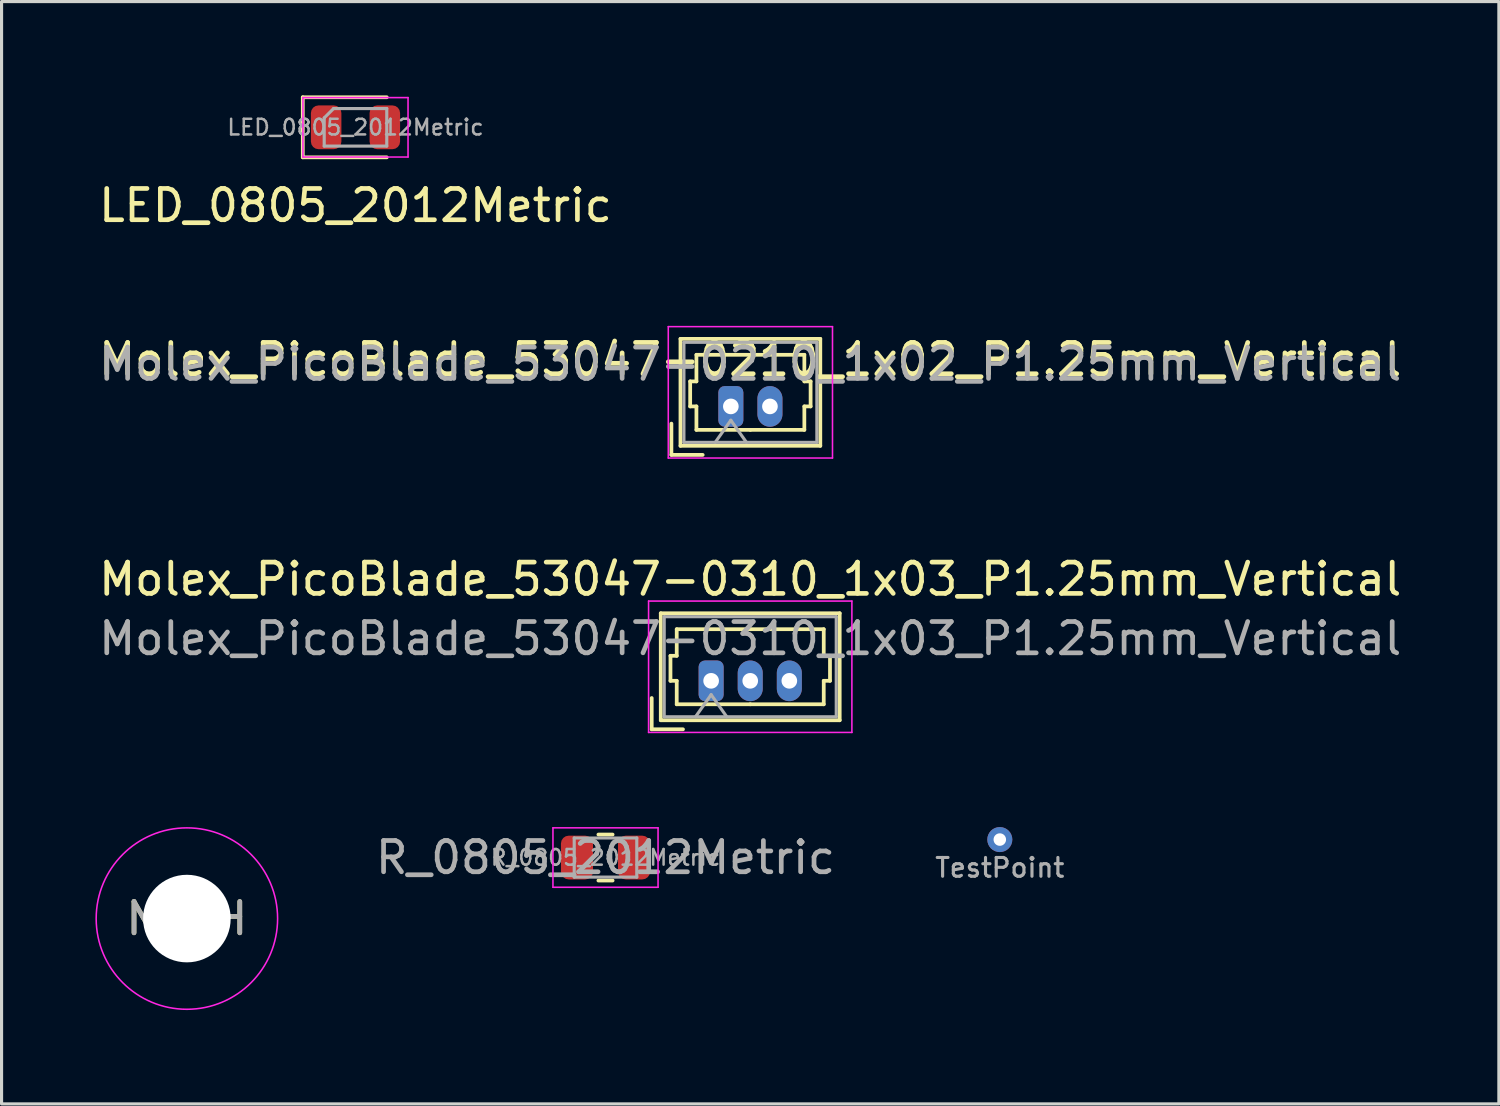
<source format=kicad_pcb>
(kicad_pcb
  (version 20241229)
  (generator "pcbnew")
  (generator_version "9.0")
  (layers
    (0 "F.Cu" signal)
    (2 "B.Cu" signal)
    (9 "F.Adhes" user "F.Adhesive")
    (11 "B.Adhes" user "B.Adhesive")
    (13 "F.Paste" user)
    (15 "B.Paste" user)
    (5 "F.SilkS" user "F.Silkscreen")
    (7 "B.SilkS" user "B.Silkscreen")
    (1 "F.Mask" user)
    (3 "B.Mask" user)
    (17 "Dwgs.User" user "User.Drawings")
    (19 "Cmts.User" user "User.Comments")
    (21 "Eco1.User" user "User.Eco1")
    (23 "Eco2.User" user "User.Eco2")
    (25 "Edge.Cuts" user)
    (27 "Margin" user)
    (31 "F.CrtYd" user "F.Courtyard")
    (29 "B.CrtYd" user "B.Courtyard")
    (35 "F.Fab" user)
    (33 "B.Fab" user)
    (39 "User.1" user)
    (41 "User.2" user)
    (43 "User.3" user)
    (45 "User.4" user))
  (footprint "Molex_PicoBlade_53047-0310_1x03_P1.25mm_Vertical"
    (layer "F.Cu")
    (at 19.685 18.716)
    (property "Reference" "Molex_PicoBlade_53047-0310_1x03_P1.25mm_Vertical" (at 1.25 -3.25 0) (layer "F.SilkS") (effects (font (size 1 1) (thickness 0.15))))
    (attr through_hole)
    (fp_line (start -1.9 1.55) (end -1.9 0.55) (stroke (width 0.12) (type solid)) (layer "F.SilkS"))
    (fp_line (start -1.9 1.55) (end -0.9 1.55) (stroke (width 0.12) (type solid)) (layer "F.SilkS"))
    (fp_line (start -1.61 -2.16) (end -1.61 1.26) (stroke (width 0.12) (type solid)) (layer "F.SilkS"))
    (fp_line (start -1.61 1.26) (end 4.11 1.26) (stroke (width 0.12) (type solid)) (layer "F.SilkS"))
    (fp_line (start -1.3 -0.8) (end -1.1 -0.8) (stroke (width 0.12) (type solid)) (layer "F.SilkS"))
    (fp_line (start -1.3 0) (end -1.3 -0.8) (stroke (width 0.12) (type solid)) (layer "F.SilkS"))
    (fp_line (start -1.1 -1.65) (end 1.25 -1.65) (stroke (width 0.12) (type solid)) (layer "F.SilkS"))
    (fp_line (start -1.1 -0.8) (end -1.1 -1.65) (stroke (width 0.12) (type solid)) (layer "F.SilkS"))
    (fp_line (start -1.1 0) (end -1.3 0) (stroke (width 0.12) (type solid)) (layer "F.SilkS"))
    (fp_line (start -1.1 0.75) (end -1.1 0) (stroke (width 0.12) (type solid)) (layer "F.SilkS"))
    (fp_line (start 1.25 0.75) (end -1.1 0.75) (stroke (width 0.12) (type solid)) (layer "F.SilkS"))
    (fp_line (start 1.25 0.75) (end 3.6 0.75) (stroke (width 0.12) (type solid)) (layer "F.SilkS"))
    (fp_line (start 3.6 -1.65) (end 1.25 -1.65) (stroke (width 0.12) (type solid)) (layer "F.SilkS"))
    (fp_line (start 3.6 -0.8) (end 3.6 -1.65) (stroke (width 0.12) (type solid)) (layer "F.SilkS"))
    (fp_line (start 3.6 0) (end 3.8 0) (stroke (width 0.12) (type solid)) (layer "F.SilkS"))
    (fp_line (start 3.6 0.75) (end 3.6 0) (stroke (width 0.12) (type solid)) (layer "F.SilkS"))
    (fp_line (start 3.8 -0.8) (end 3.6 -0.8) (stroke (width 0.12) (type solid)) (layer "F.SilkS"))
    (fp_line (start 3.8 0) (end 3.8 -0.8) (stroke (width 0.12) (type solid)) (layer "F.SilkS"))
    (fp_line (start 4.11 -2.16) (end -1.61 -2.16) (stroke (width 0.12) (type solid)) (layer "F.SilkS"))
    (fp_line (start 4.11 1.26) (end 4.11 -2.16) (stroke (width 0.12) (type solid)) (layer "F.SilkS"))
    (fp_line (start -2 -2.55) (end -2 1.65) (stroke (width 0.05) (type solid)) (layer "F.CrtYd"))
    (fp_line (start -2 1.65) (end 4.5 1.65) (stroke (width 0.05) (type solid)) (layer "F.CrtYd"))
    (fp_line (start 4.5 -2.55) (end -2 -2.55) (stroke (width 0.05) (type solid)) (layer "F.CrtYd"))
    (fp_line (start 4.5 1.65) (end 4.5 -2.55) (stroke (width 0.05) (type solid)) (layer "F.CrtYd"))
    (fp_line (start -1.5 -2.05) (end -1.5 1.15) (stroke (width 0.1) (type solid)) (layer "F.Fab"))
    (fp_line (start -1.5 1.15) (end 4 1.15) (stroke (width 0.1) (type solid)) (layer "F.Fab"))
    (fp_line (start -0.5 1.15) (end 0 0.443) (stroke (width 0.1) (type solid)) (layer "F.Fab"))
    (fp_line (start 0 0.443) (end 0.5 1.15) (stroke (width 0.1) (type solid)) (layer "F.Fab"))
    (fp_line (start 4 -2.05) (end -1.5 -2.05) (stroke (width 0.1) (type solid)) (layer "F.Fab"))
    (fp_line (start 4 1.15) (end 4 -2.05) (stroke (width 0.1) (type solid)) (layer "F.Fab"))
    (fp_text user "${REFERENCE}" (at 1.25 -1.35 0) (layer "F.Fab") (effects (font (size 1 1) (thickness 0.15))))
    (pad "1" thru_hole roundrect (at 0 0) (size 0.8 1.3) (drill 0.5) (layers "*.Cu" "*.Mask") (roundrect_rratio 0.25))
    (pad "2" thru_hole oval (at 1.25 0) (size 0.8 1.3) (drill 0.5) (layers "*.Cu" "*.Mask"))
    (pad "3" thru_hole oval (at 2.5 0) (size 0.8 1.3) (drill 0.5) (layers "*.Cu" "*.Mask")))
  (footprint "Molex_PicoBlade_53047-0210_1x02_P1.25mm_Vertical"
    (layer "F.Cu")
    (at 20.315 9.943)
    (property "Reference" "Molex_PicoBlade_53047-0210_1x02_P1.25mm_Vertical" (at 0.62 -1.5 0) (layer "F.SilkS") (effects (font (size 1 1) (thickness 0.15))))
    (attr through_hole)
    (fp_line (start -1.9 1.55) (end -1.9 0.55) (stroke (width 0.12) (type solid)) (layer "F.SilkS"))
    (fp_line (start -1.9 1.55) (end -0.9 1.55) (stroke (width 0.12) (type solid)) (layer "F.SilkS"))
    (fp_line (start -1.61 -2.16) (end -1.61 1.26) (stroke (width 0.12) (type solid)) (layer "F.SilkS"))
    (fp_line (start -1.61 1.26) (end 2.86 1.26) (stroke (width 0.12) (type solid)) (layer "F.SilkS"))
    (fp_line (start -1.3 -0.8) (end -1.1 -0.8) (stroke (width 0.12) (type solid)) (layer "F.SilkS"))
    (fp_line (start -1.3 0) (end -1.3 -0.8) (stroke (width 0.12) (type solid)) (layer "F.SilkS"))
    (fp_line (start -1.1 -1.65) (end 0.625 -1.65) (stroke (width 0.12) (type solid)) (layer "F.SilkS"))
    (fp_line (start -1.1 -0.8) (end -1.1 -1.65) (stroke (width 0.12) (type solid)) (layer "F.SilkS"))
    (fp_line (start -1.1 0) (end -1.3 0) (stroke (width 0.12) (type solid)) (layer "F.SilkS"))
    (fp_line (start -1.1 0.75) (end -1.1 0) (stroke (width 0.12) (type solid)) (layer "F.SilkS"))
    (fp_line (start 0.625 0.75) (end -1.1 0.75) (stroke (width 0.12) (type solid)) (layer "F.SilkS"))
    (fp_line (start 0.625 0.75) (end 2.35 0.75) (stroke (width 0.12) (type solid)) (layer "F.SilkS"))
    (fp_line (start 2.35 -1.65) (end 0.625 -1.65) (stroke (width 0.12) (type solid)) (layer "F.SilkS"))
    (fp_line (start 2.35 -0.8) (end 2.35 -1.65) (stroke (width 0.12) (type solid)) (layer "F.SilkS"))
    (fp_line (start 2.35 0) (end 2.55 0) (stroke (width 0.12) (type solid)) (layer "F.SilkS"))
    (fp_line (start 2.35 0.75) (end 2.35 0) (stroke (width 0.12) (type solid)) (layer "F.SilkS"))
    (fp_line (start 2.55 -0.8) (end 2.35 -0.8) (stroke (width 0.12) (type solid)) (layer "F.SilkS"))
    (fp_line (start 2.55 0) (end 2.55 -0.8) (stroke (width 0.12) (type solid)) (layer "F.SilkS"))
    (fp_line (start 2.86 -2.16) (end -1.61 -2.16) (stroke (width 0.12) (type solid)) (layer "F.SilkS"))
    (fp_line (start 2.86 1.26) (end 2.86 -2.16) (stroke (width 0.12) (type solid)) (layer "F.SilkS"))
    (fp_line (start -2 -2.55) (end -2 1.65) (stroke (width 0.05) (type solid)) (layer "F.CrtYd"))
    (fp_line (start -2 1.65) (end 3.25 1.65) (stroke (width 0.05) (type solid)) (layer "F.CrtYd"))
    (fp_line (start 3.25 -2.55) (end -2 -2.55) (stroke (width 0.05) (type solid)) (layer "F.CrtYd"))
    (fp_line (start 3.25 1.65) (end 3.25 -2.55) (stroke (width 0.05) (type solid)) (layer "F.CrtYd"))
    (fp_line (start -1.5 -2.05) (end -1.5 1.15) (stroke (width 0.1) (type solid)) (layer "F.Fab"))
    (fp_line (start -1.5 1.15) (end 2.75 1.15) (stroke (width 0.1) (type solid)) (layer "F.Fab"))
    (fp_line (start -0.5 1.15) (end 0 0.443) (stroke (width 0.1) (type solid)) (layer "F.Fab"))
    (fp_line (start 0 0.443) (end 0.5 1.15) (stroke (width 0.1) (type solid)) (layer "F.Fab"))
    (fp_line (start 2.75 -2.05) (end -1.5 -2.05) (stroke (width 0.1) (type solid)) (layer "F.Fab"))
    (fp_line (start 2.75 1.15) (end 2.75 -2.05) (stroke (width 0.1) (type solid)) (layer "F.Fab"))
    (fp_text user "${REFERENCE}" (at 0.62 -1.35 0) (layer "F.Fab") (effects (font (size 1 1) (thickness 0.15))))
    (pad "1" thru_hole roundrect (at 0 0) (size 0.8 1.3) (drill 0.5) (layers "*.Cu" "*.Mask") (roundrect_rratio 0.25))
    (pad "2" thru_hole oval (at 1.25 0) (size 0.8 1.3) (drill 0.5) (layers "*.Cu" "*.Mask")))
  (footprint "NPTH"
    (layer "F.Cu")
    (at 2.925 26.317)
    (property "Reference" "NPTH" (at 0 0 0) (layer "F.SilkS") (effects (font (size 1 1) (thickness 0.15))))
    (attr through_hole)
    (fp_circle (center 0 0) (end 2.9 0) (stroke (width 0.05) (type solid)) (fill no) (layer "F.CrtYd"))
    (fp_text user "${REFERENCE}" (at 0 0 0) (layer "F.Fab") (effects (font (size 1 1) (thickness 0.15))))
    (pad "" np_thru_hole circle (at 0 0) (size 2.8 2.8) (drill 2.8) (layers "*.Cu" "*.Mask")))
  (footprint "TestPoint"
    (layer "F.Cu")
    (at 28.914 23.791)
    (property "Reference" "TestPoint" (at 0 0.9 0) (layer "F.Fab") (effects (font (size 0.6 0.6) (thickness 0.1))))
    (attr exclude_from_pos_files exclude_from_bom)
    (pad "1" thru_hole circle (at 0 0) (size 0.8 0.8) (drill 0.4) (layers "*.Cu" "*.Mask")))
  (footprint "LED_0805_2012Metric"
    (layer "F.Cu")
    (at 8.315 1.02)
    (property "Reference" "LED_0805_2012Metric" (at 0 2.5 180) (layer "F.SilkS") (effects (font (size 1 1) (thickness 0.15))))
    (attr smd)
    (fp_line (start -1.685 -0.96) (end -1.685 0.96) (stroke (width 0.12) (type solid)) (layer "F.SilkS"))
    (fp_line (start -1.685 0.96) (end 1 0.96) (stroke (width 0.12) (type solid)) (layer "F.SilkS"))
    (fp_line (start 1 -0.96) (end -1.685 -0.96) (stroke (width 0.12) (type solid)) (layer "F.SilkS"))
    (fp_line (start -1.68 -0.95) (end 1.68 -0.95) (stroke (width 0.05) (type solid)) (layer "F.CrtYd"))
    (fp_line (start -1.68 0.95) (end -1.68 -0.95) (stroke (width 0.05) (type solid)) (layer "F.CrtYd"))
    (fp_line (start 1.68 -0.95) (end 1.68 0.95) (stroke (width 0.05) (type solid)) (layer "F.CrtYd"))
    (fp_line (start 1.68 0.95) (end -1.68 0.95) (stroke (width 0.05) (type solid)) (layer "F.CrtYd"))
    (fp_line (start -1 -0.3) (end -1 0.6) (stroke (width 0.1) (type solid)) (layer "F.Fab"))
    (fp_line (start -1 0.6) (end 1 0.6) (stroke (width 0.1) (type solid)) (layer "F.Fab"))
    (fp_line (start -0.7 -0.6) (end -1 -0.3) (stroke (width 0.1) (type solid)) (layer "F.Fab"))
    (fp_line (start 1 -0.6) (end -0.7 -0.6) (stroke (width 0.1) (type solid)) (layer "F.Fab"))
    (fp_line (start 1 0.6) (end 1 -0.6) (stroke (width 0.1) (type solid)) (layer "F.Fab"))
    (fp_text user "${REFERENCE}" (at 0 0 180) (layer "F.Fab") (effects (font (size 0.5 0.5) (thickness 0.08))))
    (pad "1" smd roundrect (at -0.938 0) (size 0.975 1.4) (layers "F.Cu" "F.Mask" "F.Paste") (roundrect_rratio 0.25))
    (pad "2" smd roundrect (at 0.938 0) (size 0.975 1.4) (layers "F.Cu" "F.Mask" "F.Paste") (roundrect_rratio 0.25)))
  (footprint "R_0805_2012Metric"
    (layer "F.Cu")
    (at 16.308 24.366)
    (property "Reference" "R_0805_2012Metric" (at 0 0 180) (layer "F.Fab") (effects (font (size 1 1) (thickness 0.15))))
    (attr smd)
    (fp_line (start -0.227 -0.735) (end 0.227 -0.735) (stroke (width 0.12) (type solid)) (layer "F.SilkS"))
    (fp_line (start -0.227 0.735) (end 0.227 0.735) (stroke (width 0.12) (type solid)) (layer "F.SilkS"))
    (fp_line (start -1.68 -0.95) (end 1.68 -0.95) (stroke (width 0.05) (type solid)) (layer "F.CrtYd"))
    (fp_line (start -1.68 0.95) (end -1.68 -0.95) (stroke (width 0.05) (type solid)) (layer "F.CrtYd"))
    (fp_line (start 1.68 -0.95) (end 1.68 0.95) (stroke (width 0.05) (type solid)) (layer "F.CrtYd"))
    (fp_line (start 1.68 0.95) (end -1.68 0.95) (stroke (width 0.05) (type solid)) (layer "F.CrtYd"))
    (fp_line (start -1 -0.625) (end 1 -0.625) (stroke (width 0.1) (type solid)) (layer "F.Fab"))
    (fp_line (start -1 0.625) (end -1 -0.625) (stroke (width 0.1) (type solid)) (layer "F.Fab"))
    (fp_line (start 1 -0.625) (end 1 0.625) (stroke (width 0.1) (type solid)) (layer "F.Fab"))
    (fp_line (start 1 0.625) (end -1 0.625) (stroke (width 0.1) (type solid)) (layer "F.Fab"))
    (fp_text user "${REFERENCE}" (at 0 0 180) (layer "F.Fab") (effects (font (size 0.5 0.5) (thickness 0.08))))
    (pad "1" smd roundrect (at -0.912 0) (size 1.025 1.4) (layers "F.Cu" "F.Mask" "F.Paste") (roundrect_rratio 0.244))
    (pad "2" smd roundrect (at 0.912 0) (size 1.025 1.4) (layers "F.Cu" "F.Mask" "F.Paste") (roundrect_rratio 0.244)))
  (gr_rect
    (start -3 -3)
    (end 44.869 32.242)
    (stroke (width 0.1) (type default))
    (fill no)
    (layer "Edge.Cuts")))
</source>
